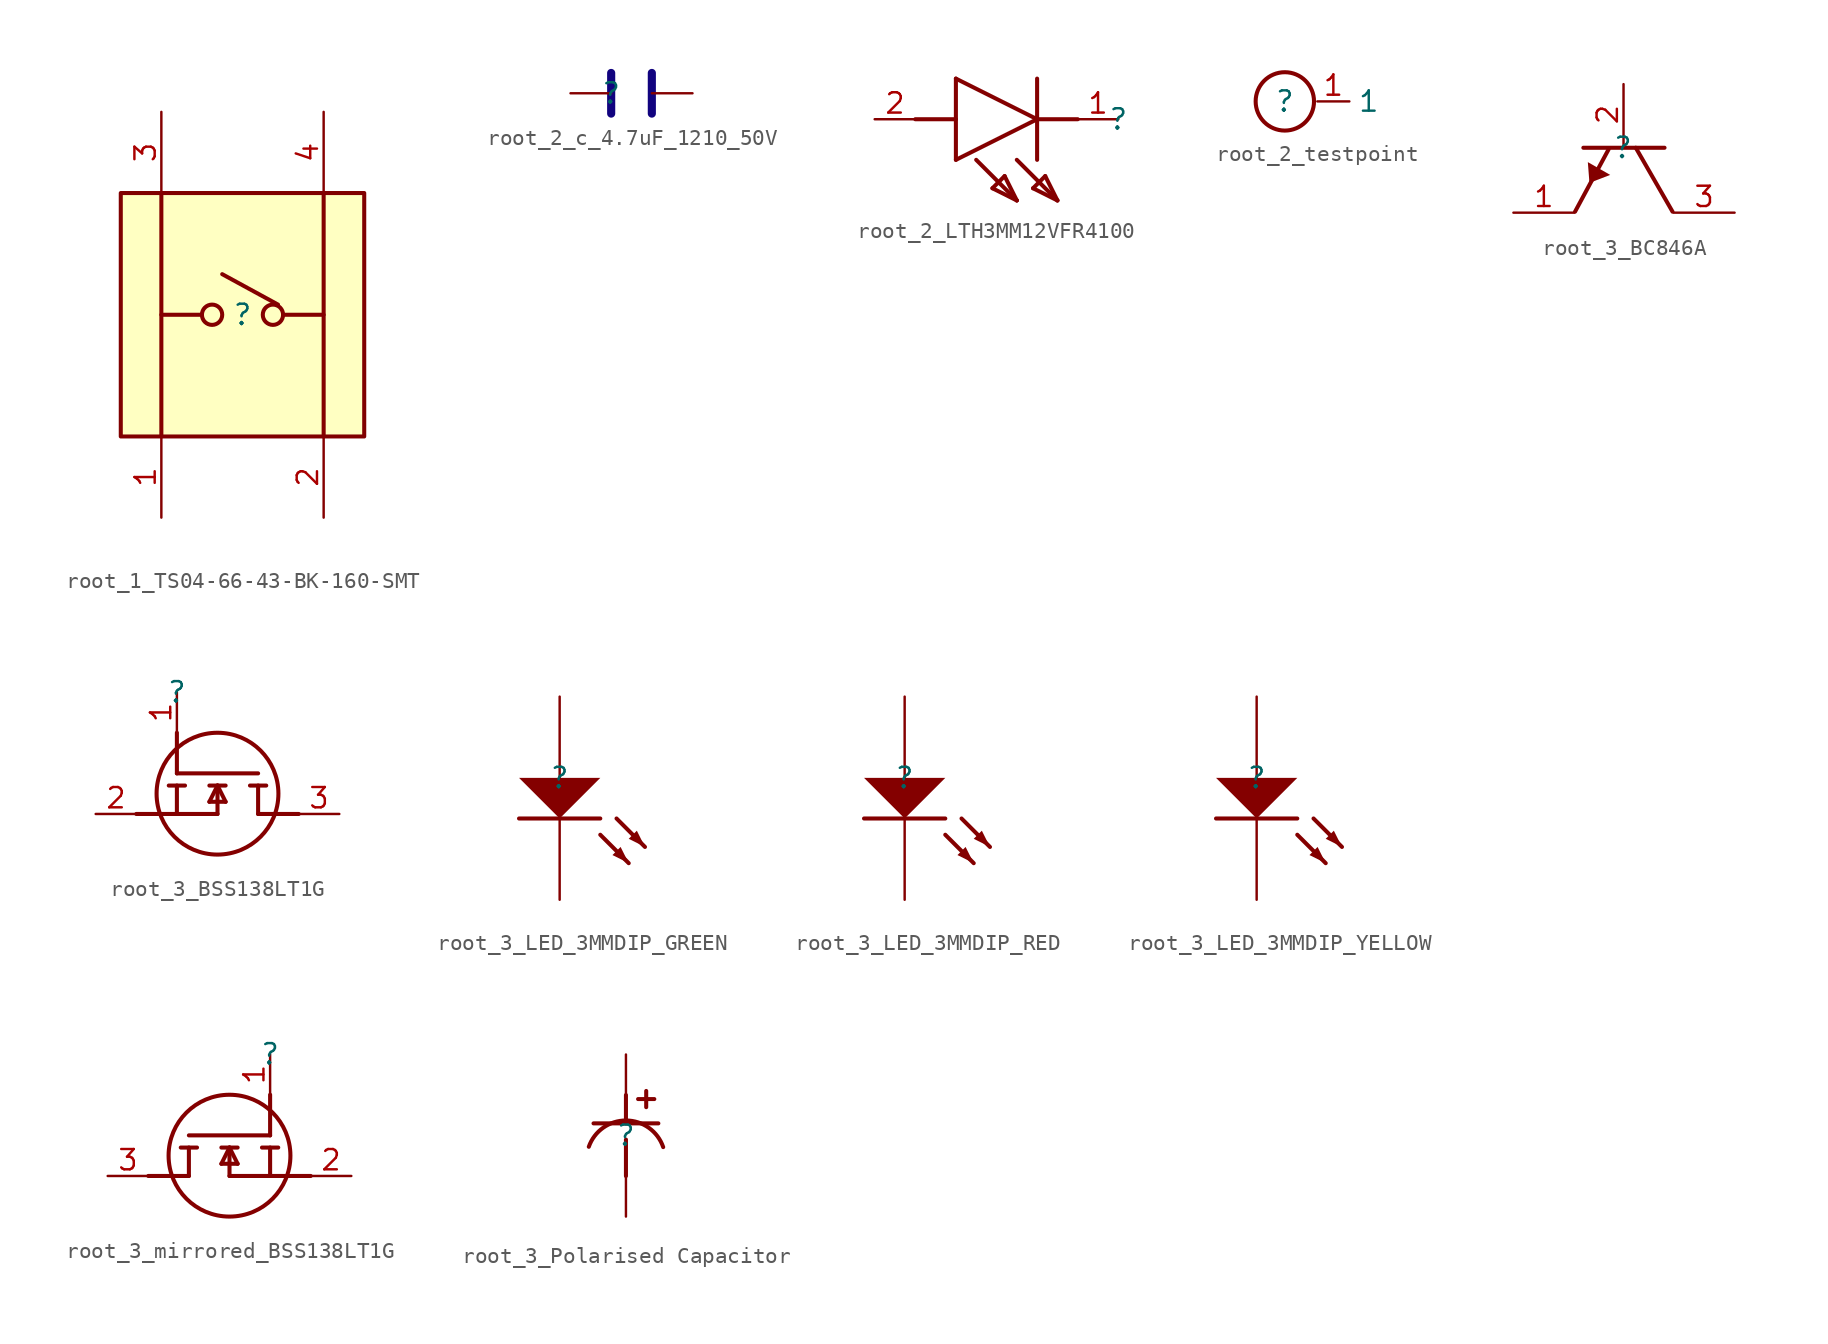
<source format=kicad_sym>
(kicad_symbol_lib
  (version 20231120)
  (generator "kicad_symbol_editor")
  (generator_version "8.0")
  (symbol "root_1_TS04-66-43-BK-160-SMT"
    (property "Reference" ""
      (at 0 0 0)
      (effects (font (size 1.27 1.27))))
    (property "Value" ""
      (at 0 0 0)
      (effects (font (size 1.27 1.27))))
    (symbol "root_1_TS04-66-43-BK-160-SMT_1_0"
      (circle (center -1.905 0) (radius 0.635) (stroke (width 0.254) (type solid)) (fill (type none)))
      (polyline (pts (xy -5.08 0) (xy -2.54 0)) (stroke (width 0.254) (type solid)) (fill (type none)))
      (polyline (pts (xy -5.08 7.62) (xy -5.08 -7.62)) (stroke (width 0.254) (type solid)) (fill (type none)))
      (polyline (pts (xy 2.223 0.635) (xy -1.27 2.54)) (stroke (width 0.254) (type solid)) (fill (type none)))
      (polyline (pts (xy 2.54 0) (xy 5.08 0)) (stroke (width 0.254) (type solid)) (fill (type none)))
      (polyline (pts (xy 5.08 7.62) (xy 5.08 -7.62)) (stroke (width 0.254) (type solid)) (fill (type none)))
      (circle (center 1.905 0) (radius 0.635) (stroke (width 0.254) (type solid)) (fill (type none)))
      (rectangle (start 7.62 7.62) (end -7.62 -7.62) (stroke (width 0.254) (type solid) (color 128 0 0 1)) (fill (type background)))
      (pin passive line (at -5.08 -12.7 90) (length 5.08) (name "1" (effects (font (size 0 0)))) (number "1" (effects (font (size 1.27 1.27)))))
      (pin passive line (at 5.08 -12.7 90) (length 5.08) (name "2" (effects (font (size 0 0)))) (number "2" (effects (font (size 1.27 1.27)))))
      (pin passive line (at -5.08 12.7 270) (length 5.08) (name "3" (effects (font (size 0 0)))) (number "3" (effects (font (size 1.27 1.27)))))
      (pin passive line (at 5.08 12.7 270) (length 5.08) (name "4" (effects (font (size 0 0)))) (number "4" (effects (font (size 1.27 1.27)))))))
  (symbol "root_2_c_4.7uF_1210_50V"
    (property "Reference" ""
      (at 0 0 0)
      (effects (font (size 1.27 1.27))))
    (property "Value" ""
      (at 0 0 0)
      (effects (font (size 1.27 1.27))))
    (symbol "root_2_c_4.7uF_1210_50V_1_0"
      (polyline (pts (xy 0 -1.27) (xy 0 1.27)) (stroke (width 0.508) (type solid) (color 17 3 127 1)) (fill (type none)))
      (polyline (pts (xy 2.54 -1.27) (xy 2.54 1.27)) (stroke (width 0.508) (type solid) (color 17 3 127 1)) (fill (type none)))
      (pin passive line (at 5.08 0 180) (length 2.54) (name "" (effects (font (size 0 0)))) (number "1" (effects (font (size 0 0)))))
      (pin passive line (at -2.54 0 0) (length 2.54) (name "" (effects (font (size 0 0)))) (number "2" (effects (font (size 0 0)))))))
  (symbol "root_2_LTH3MM12VFR4100"
    (property "Reference" ""
      (at 0 0 0)
      (effects (font (size 1.27 1.27))))
    (property "Value" ""
      (at 0 0 0)
      (effects (font (size 1.27 1.27))))
    (symbol "root_2_LTH3MM12VFR4100_1_0"
      (polyline (pts (xy -10.16 -2.54) (xy -10.16 2.54)) (stroke (width 0.254) (type solid)) (fill (type none)))
      (polyline (pts (xy -10.16 0) (xy -12.7 0)) (stroke (width 0.254) (type solid)) (fill (type none)))
      (polyline (pts (xy -10.16 2.54) (xy -5.08 0)) (stroke (width 0.254) (type solid)) (fill (type none)))
      (polyline (pts (xy -8.89 -2.54) (xy -6.35 -5.08)) (stroke (width 0.254) (type solid)) (fill (type none)))
      (polyline (pts (xy -7.874 -4.318) (xy -7.112 -3.556)) (stroke (width 0.254) (type solid)) (fill (type none)))
      (polyline (pts (xy -7.112 -3.556) (xy -6.35 -5.08)) (stroke (width 0.254) (type solid)) (fill (type none)))
      (polyline (pts (xy -6.35 -5.08) (xy -7.874 -4.318)) (stroke (width 0.254) (type solid)) (fill (type none)))
      (polyline (pts (xy -6.35 -2.54) (xy -3.81 -5.08)) (stroke (width 0.254) (type solid)) (fill (type none)))
      (polyline (pts (xy -5.334 -4.318) (xy -4.572 -3.556)) (stroke (width 0.254) (type solid)) (fill (type none)))
      (polyline (pts (xy -5.08 -2.54) (xy -5.08 2.54)) (stroke (width 0.254) (type solid)) (fill (type none)))
      (polyline (pts (xy -5.08 0) (xy -10.16 -2.54)) (stroke (width 0.254) (type solid)) (fill (type none)))
      (polyline (pts (xy -4.572 -3.556) (xy -3.81 -5.08)) (stroke (width 0.254) (type solid)) (fill (type none)))
      (polyline (pts (xy -3.81 -5.08) (xy -5.334 -4.318)) (stroke (width 0.254) (type solid)) (fill (type none)))
      (polyline (pts (xy -2.54 0) (xy -5.08 0)) (stroke (width 0.254) (type solid)) (fill (type none)))
      (pin passive line (at 0 0 180) (length 2.54) (name "K" (effects (font (size 0 0)))) (number "1" (effects (font (size 1.27 1.27)))))
      (pin passive line (at -15.24 0 0) (length 2.54) (name "A" (effects (font (size 0 0)))) (number "2" (effects (font (size 1.27 1.27)))))))
  (symbol "root_2_testpoint"
    (property "Reference" ""
      (at 0 0 0)
      (effects (font (size 1.27 1.27))))
    (property "Value" ""
      (at 0 0 0)
      (effects (font (size 1.27 1.27))))
    (symbol "root_2_testpoint_1_0"
      (circle (center 0 0) (radius 1.824) (stroke (width 0.254) (type solid)) (fill (type none)))
      (pin passive line (at 2.032 0 0) (length 2) (name "1" (effects (font (size 1.27 1.27)))) (number "1" (effects (font (size 1.27 1.27)))))))
  (symbol "root_3_BC846A"
    (property "Reference" ""
      (at 0 0 0)
      (effects (font (size 1.27 1.27))))
    (property "Value" ""
      (at 0 0 0)
      (effects (font (size 1.27 1.27))))
    (symbol "root_3_BC846A_1_0"
      (polyline (pts (xy -3 -4) (xy -0.9 -0.1)) (stroke (width 0.254) (type solid)) (fill (type none)))
      (polyline (pts (xy 0.8 0) (xy 3.1 -4)) (stroke (width 0.254) (type solid)) (fill (type none)))
      (polyline (pts (xy 2.6 0) (xy -2.48 0)) (stroke (width 0.254) (type solid)) (fill (type none)))
      (polyline (pts (xy -2.2 -0.9) (xy -2.1 -2.2) (xy -0.8 -1.7) (xy -2.2 -0.9)) (stroke (width -0.0001) (type solid)) (fill (type outline)))
      (pin passive line (at -6.858 -4.064 0) (length 3.81) (name "1" (effects (font (size 0 0)))) (number "1" (effects (font (size 1.27 1.27)))))
      (pin passive line (at 0.034 3.981 270) (length 3.81) (name "2" (effects (font (size 0 0)))) (number "2" (effects (font (size 1.27 1.27)))))
      (pin passive line (at 6.985 -4.064 180) (length 3.81) (name "3" (effects (font (size 0 0)))) (number "3" (effects (font (size 1.27 1.27)))))))
  (symbol "root_3_BSS138LT1G"
    (property "Reference" ""
      (at 0 0 0)
      (effects (font (size 1.27 1.27))))
    (property "Value" ""
      (at 0 0 0)
      (effects (font (size 1.27 1.27))))
    (symbol "root_3_BSS138LT1G_1_0"
      (polyline (pts (xy -0.508 -5.842) (xy 0.508 -5.842)) (stroke (width 0.254) (type solid)) (fill (type none)))
      (polyline (pts (xy 0 -5.842) (xy 0 -7.62)) (stroke (width 0.254) (type solid)) (fill (type none)))
      (polyline (pts (xy 0 -2.54) (xy 0 -5.08)) (stroke (width 0.254) (type solid)) (fill (type none)))
      (polyline (pts (xy 2.032 -6.858) (xy 2.54 -5.842)) (stroke (width 0.254) (type solid)) (fill (type none)))
      (polyline (pts (xy 2.032 -5.842) (xy 3.048 -5.842)) (stroke (width 0.254) (type solid)) (fill (type none)))
      (polyline (pts (xy 2.54 -7.62) (xy -2.54 -7.62)) (stroke (width 0.254) (type solid)) (fill (type none)))
      (polyline (pts (xy 2.54 -7.62) (xy 2.54 -5.842)) (stroke (width 0.254) (type solid)) (fill (type none)))
      (polyline (pts (xy 2.54 -5.842) (xy 3.048 -6.858)) (stroke (width 0.254) (type solid)) (fill (type none)))
      (polyline (pts (xy 3.048 -6.858) (xy 2.032 -6.858)) (stroke (width 0.254) (type solid)) (fill (type none)))
      (polyline (pts (xy 5.08 -7.62) (xy 5.08 -5.842)) (stroke (width 0.254) (type solid)) (fill (type none)))
      (polyline (pts (xy 5.08 -7.62) (xy 7.62 -7.62)) (stroke (width 0.254) (type solid)) (fill (type none)))
      (polyline (pts (xy 5.08 -5.08) (xy 0 -5.08)) (stroke (width 0.254) (type solid)) (fill (type none)))
      (polyline (pts (xy 5.588 -5.842) (xy 4.572 -5.842)) (stroke (width 0.254) (type solid)) (fill (type none)))
      (circle (center 2.54 -6.35) (radius 3.81) (stroke (width 0.254) (type solid)) (fill (type none)))
      (pin passive line (at 0 0 270) (length 2.54) (name "G" (effects (font (size 0 0)))) (number "1" (effects (font (size 1.27 1.27)))))
      (pin passive line (at -5.08 -7.62 0) (length 2.54) (name "S" (effects (font (size 0 0)))) (number "2" (effects (font (size 1.27 1.27)))))
      (pin passive line (at 10.16 -7.62 180) (length 2.54) (name "D" (effects (font (size 0 0)))) (number "3" (effects (font (size 1.27 1.27)))))))
  (symbol "root_3_LED_3MMDIP_GREEN"
    (property "Reference" ""
      (at 0 0 0)
      (effects (font (size 1.27 1.27))))
    (property "Value" ""
      (at 0 0 0)
      (effects (font (size 1.27 1.27))))
    (symbol "root_3_LED_3MMDIP_GREEN_1_0"
      (polyline (pts (xy 2.54 -3.556) (xy 4.318 -5.334)) (stroke (width 0.254) (type solid)) (fill (type none)))
      (polyline (pts (xy 2.54 -2.54) (xy -2.54 -2.54)) (stroke (width 0.254) (type solid)) (fill (type none)))
      (polyline (pts (xy 3.556 -2.54) (xy 5.334 -4.318)) (stroke (width 0.254) (type solid)) (fill (type none)))
      (polyline (pts (xy -2.54 0) (xy 0 -2.54) (xy 2.54 0) (xy -2.54 0)) (stroke (width -0.0001) (type solid)) (fill (type outline)))
      (polyline (pts (xy 4.318 -5.334) (xy 3.81 -4.318) (xy 3.302 -4.826) (xy 4.318 -5.334)) (stroke (width -0.0001) (type solid)) (fill (type outline)))
      (polyline (pts (xy 5.334 -4.318) (xy 4.826 -3.302) (xy 4.318 -3.81) (xy 5.334 -4.318)) (stroke (width -0.0001) (type solid)) (fill (type outline)))
      (pin passive line (at 0 5.08 270) (length 5.08) (name "A" (effects (font (size 0 0)))) (number "A" (effects (font (size 0 0)))))
      (pin passive line (at 0 -7.62 90) (length 5.08) (name "K" (effects (font (size 0 0)))) (number "K" (effects (font (size 0 0)))))))
  (symbol "root_3_LED_3MMDIP_RED"
    (property "Reference" ""
      (at 0 0 0)
      (effects (font (size 1.27 1.27))))
    (property "Value" ""
      (at 0 0 0)
      (effects (font (size 1.27 1.27))))
    (symbol "root_3_LED_3MMDIP_RED_1_0"
      (polyline (pts (xy 2.54 -3.556) (xy 4.318 -5.334)) (stroke (width 0.254) (type solid)) (fill (type none)))
      (polyline (pts (xy 2.54 -2.54) (xy -2.54 -2.54)) (stroke (width 0.254) (type solid)) (fill (type none)))
      (polyline (pts (xy 3.556 -2.54) (xy 5.334 -4.318)) (stroke (width 0.254) (type solid)) (fill (type none)))
      (polyline (pts (xy -2.54 0) (xy 0 -2.54) (xy 2.54 0) (xy -2.54 0)) (stroke (width -0.0001) (type solid)) (fill (type outline)))
      (polyline (pts (xy 4.318 -5.334) (xy 3.81 -4.318) (xy 3.302 -4.826) (xy 4.318 -5.334)) (stroke (width -0.0001) (type solid)) (fill (type outline)))
      (polyline (pts (xy 5.334 -4.318) (xy 4.826 -3.302) (xy 4.318 -3.81) (xy 5.334 -4.318)) (stroke (width -0.0001) (type solid)) (fill (type outline)))
      (pin passive line (at 0 5.08 270) (length 5.08) (name "A" (effects (font (size 0 0)))) (number "A" (effects (font (size 0 0)))))
      (pin passive line (at 0 -7.62 90) (length 5.08) (name "K" (effects (font (size 0 0)))) (number "K" (effects (font (size 0 0)))))))
  (symbol "root_3_LED_3MMDIP_YELLOW"
    (property "Reference" ""
      (at 0 0 0)
      (effects (font (size 1.27 1.27))))
    (property "Value" ""
      (at 0 0 0)
      (effects (font (size 1.27 1.27))))
    (symbol "root_3_LED_3MMDIP_YELLOW_1_0"
      (polyline (pts (xy 2.54 -3.556) (xy 4.318 -5.334)) (stroke (width 0.254) (type solid)) (fill (type none)))
      (polyline (pts (xy 2.54 -2.54) (xy -2.54 -2.54)) (stroke (width 0.254) (type solid)) (fill (type none)))
      (polyline (pts (xy 3.556 -2.54) (xy 5.334 -4.318)) (stroke (width 0.254) (type solid)) (fill (type none)))
      (polyline (pts (xy -2.54 0) (xy 0 -2.54) (xy 2.54 0) (xy -2.54 0)) (stroke (width -0.0001) (type solid)) (fill (type outline)))
      (polyline (pts (xy 4.318 -5.334) (xy 3.81 -4.318) (xy 3.302 -4.826) (xy 4.318 -5.334)) (stroke (width -0.0001) (type solid)) (fill (type outline)))
      (polyline (pts (xy 5.334 -4.318) (xy 4.826 -3.302) (xy 4.318 -3.81) (xy 5.334 -4.318)) (stroke (width -0.0001) (type solid)) (fill (type outline)))
      (pin passive line (at 0 5.08 270) (length 5.08) (name "A" (effects (font (size 0 0)))) (number "A" (effects (font (size 0 0)))))
      (pin passive line (at 0 -7.62 90) (length 5.08) (name "K" (effects (font (size 0 0)))) (number "K" (effects (font (size 0 0)))))))
  (symbol "root_3_mirrored_BSS138LT1G"
    (property "Reference" ""
      (at 0 0 0)
      (effects (font (size 1.27 1.27))))
    (property "Value" ""
      (at 0 0 0)
      (effects (font (size 1.27 1.27))))
    (symbol "root_3_mirrored_BSS138LT1G_1_0"
      (circle (center -2.54 -6.35) (radius 3.81) (stroke (width 0.254) (type solid)) (fill (type none)))
      (polyline (pts (xy -5.588 -5.842) (xy -4.572 -5.842)) (stroke (width 0.254) (type solid)) (fill (type none)))
      (polyline (pts (xy -5.08 -7.62) (xy -7.62 -7.62)) (stroke (width 0.254) (type solid)) (fill (type none)))
      (polyline (pts (xy -5.08 -7.62) (xy -5.08 -5.842)) (stroke (width 0.254) (type solid)) (fill (type none)))
      (polyline (pts (xy -5.08 -5.08) (xy 0 -5.08)) (stroke (width 0.254) (type solid)) (fill (type none)))
      (polyline (pts (xy -3.048 -6.858) (xy -2.032 -6.858)) (stroke (width 0.254) (type solid)) (fill (type none)))
      (polyline (pts (xy -2.54 -7.62) (xy -2.54 -5.842)) (stroke (width 0.254) (type solid)) (fill (type none)))
      (polyline (pts (xy -2.54 -7.62) (xy 2.54 -7.62)) (stroke (width 0.254) (type solid)) (fill (type none)))
      (polyline (pts (xy -2.54 -5.842) (xy -3.048 -6.858)) (stroke (width 0.254) (type solid)) (fill (type none)))
      (polyline (pts (xy -2.032 -6.858) (xy -2.54 -5.842)) (stroke (width 0.254) (type solid)) (fill (type none)))
      (polyline (pts (xy -2.032 -5.842) (xy -3.048 -5.842)) (stroke (width 0.254) (type solid)) (fill (type none)))
      (polyline (pts (xy 0 -5.842) (xy 0 -7.62)) (stroke (width 0.254) (type solid)) (fill (type none)))
      (polyline (pts (xy 0 -2.54) (xy 0 -5.08)) (stroke (width 0.254) (type solid)) (fill (type none)))
      (polyline (pts (xy 0.508 -5.842) (xy -0.508 -5.842)) (stroke (width 0.254) (type solid)) (fill (type none)))
      (pin passive line (at 0 0 270) (length 2.54) (name "G" (effects (font (size 0 0)))) (number "1" (effects (font (size 1.27 1.27)))))
      (pin passive line (at 5.08 -7.62 180) (length 2.54) (name "S" (effects (font (size 0 0)))) (number "2" (effects (font (size 1.27 1.27)))))
      (pin passive line (at -10.16 -7.62 0) (length 2.54) (name "D" (effects (font (size 0 0)))) (number "3" (effects (font (size 1.27 1.27)))))))
  (symbol "root_3_Polarised Capacitor"
    (property "Reference" ""
      (at 0 0 0)
      (effects (font (size 1.27 1.27))))
    (property "Value" ""
      (at 0 0 0)
      (effects (font (size 1.27 1.27))))
    (symbol "root_3_Polarised Capacitor_1_0"
      (polyline (pts (xy 0 -2.54) (xy 0 -0.254)) (stroke (width 0.254) (type solid)) (fill (type none)))
      (polyline (pts (xy 0 2.54) (xy 0 0.762)) (stroke (width 0.254) (type solid)) (fill (type none)))
      (polyline (pts (xy 1.27 1.778) (xy 1.27 2.794)) (stroke (width 0.254) (type solid)) (fill (type none)))
      (polyline (pts (xy 1.778 2.286) (xy 0.762 2.286)) (stroke (width 0.254) (type solid)) (fill (type none)))
      (polyline (pts (xy 2.032 0.762) (xy -2.032 0.762)) (stroke (width 0.254) (type solid)) (fill (type none)))
      (arc (start 2.3353 -0.7256) (mid 0.0107 0.944) (end -2.3283 -0.7053) (stroke (width 0.254) (type solid)) (fill (type none)))
      (pin passive line (at 0 5.08 270) (length 2.54) (name "1" (effects (font (size 0 0)))) (number "1" (effects (font (size 0 0)))))
      (pin passive line (at 0 -5.08 90) (length 2.54) (name "2" (effects (font (size 0 0)))) (number "2" (effects (font (size 0 0))))))))
</source>
